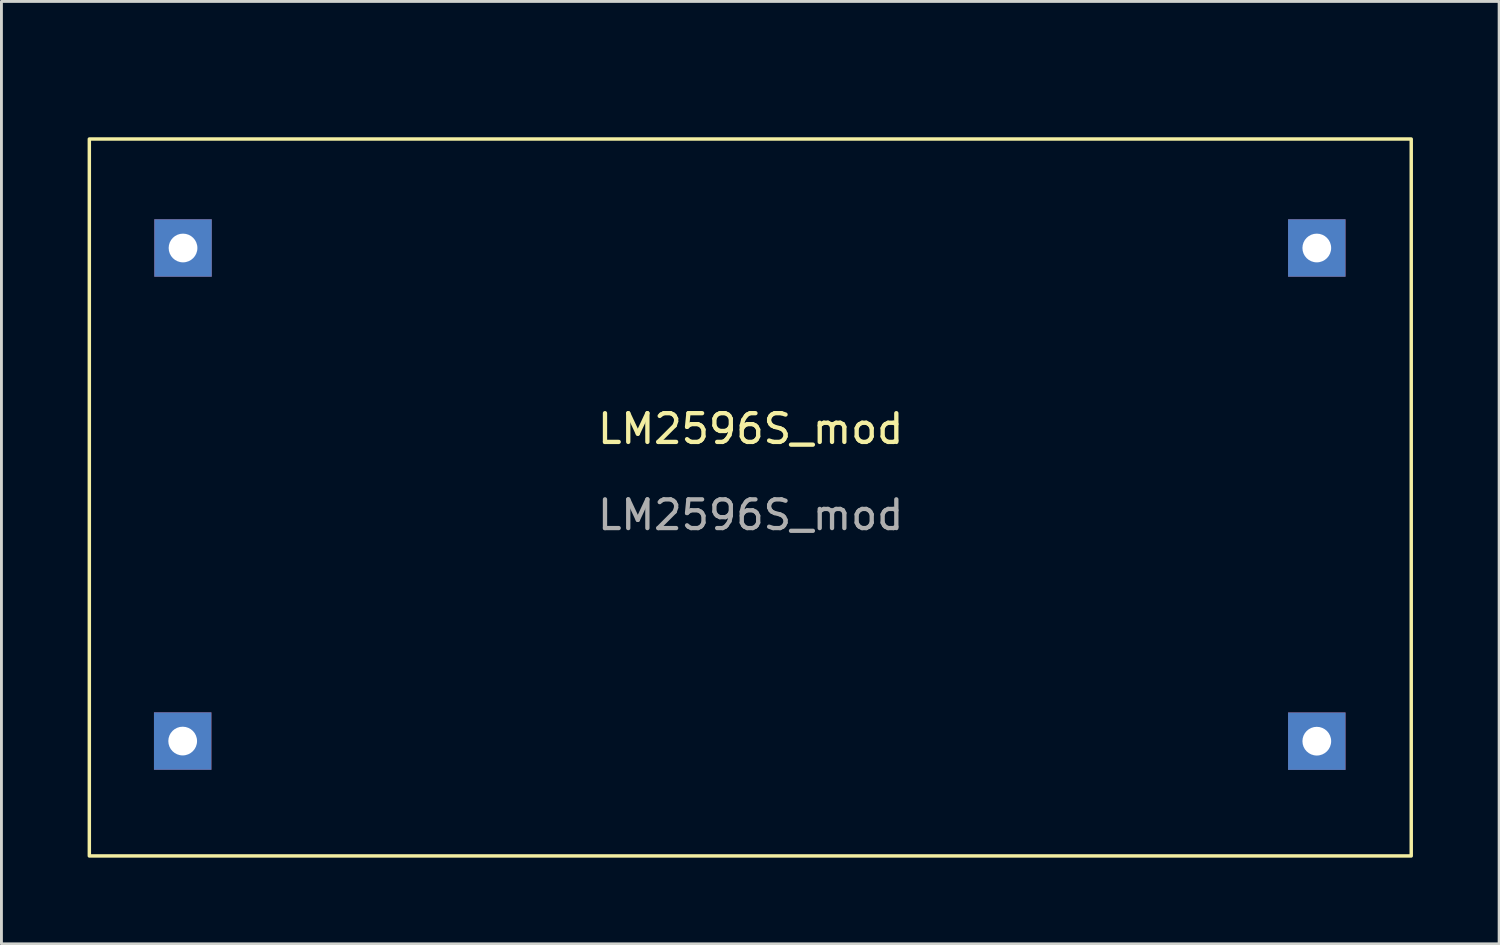
<source format=kicad_pcb>
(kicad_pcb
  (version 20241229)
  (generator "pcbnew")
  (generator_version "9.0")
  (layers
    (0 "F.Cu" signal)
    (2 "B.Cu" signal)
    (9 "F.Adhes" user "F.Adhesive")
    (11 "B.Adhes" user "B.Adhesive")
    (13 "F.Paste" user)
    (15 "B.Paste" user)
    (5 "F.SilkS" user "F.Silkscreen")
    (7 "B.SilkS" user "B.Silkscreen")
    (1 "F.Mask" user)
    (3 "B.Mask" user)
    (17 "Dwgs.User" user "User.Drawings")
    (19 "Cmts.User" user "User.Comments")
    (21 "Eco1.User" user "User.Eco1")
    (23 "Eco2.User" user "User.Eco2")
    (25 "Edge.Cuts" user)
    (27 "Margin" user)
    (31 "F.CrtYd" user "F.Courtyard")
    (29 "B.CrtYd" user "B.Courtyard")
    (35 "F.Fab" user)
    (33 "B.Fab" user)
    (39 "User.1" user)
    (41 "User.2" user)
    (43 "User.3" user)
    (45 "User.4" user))
  (footprint "LM2596S_mod"
    (layer "F.Cu")
    (at 12.06 0.25)
    (property "Reference" "LM2596S_mod" (at 11.024 11.63 0) (unlocked yes) (layer "F.SilkS") (effects (font (size 1 1) (thickness 0.15))))
    (attr through_hole)
    (fp_rect (start -12 1.54) (end 34.022 26.5) (stroke (width 0.12) (type solid)) (fill no) (layer "F.SilkS"))
    (fp_text user "${REFERENCE}" (at 11.024 14.63 0) (unlocked yes) (layer "F.Fab") (effects (font (size 1 1) (thickness 0.15))))
    (pad "1" thru_hole rect (at -8.738 5.334) (size 2 2) (drill 1) (layers "*.Cu" "*.Mask"))
    (pad "2" thru_hole rect (at -8.75 22.5) (size 2 2) (drill 1) (layers "*.Cu" "*.Mask"))
    (pad "3" thru_hole rect (at 30.734 5.334) (size 2 2) (drill 1) (layers "*.Cu" "*.Mask"))
    (pad "4" thru_hole rect (at 30.734 22.504) (size 2 2) (drill 1) (layers "*.Cu" "*.Mask")))
  (gr_rect
    (start -3 -3)
    (end 49.142 29.81)
    (stroke (width 0.1) (type default))
    (fill no)
    (layer "Edge.Cuts")))
</source>
